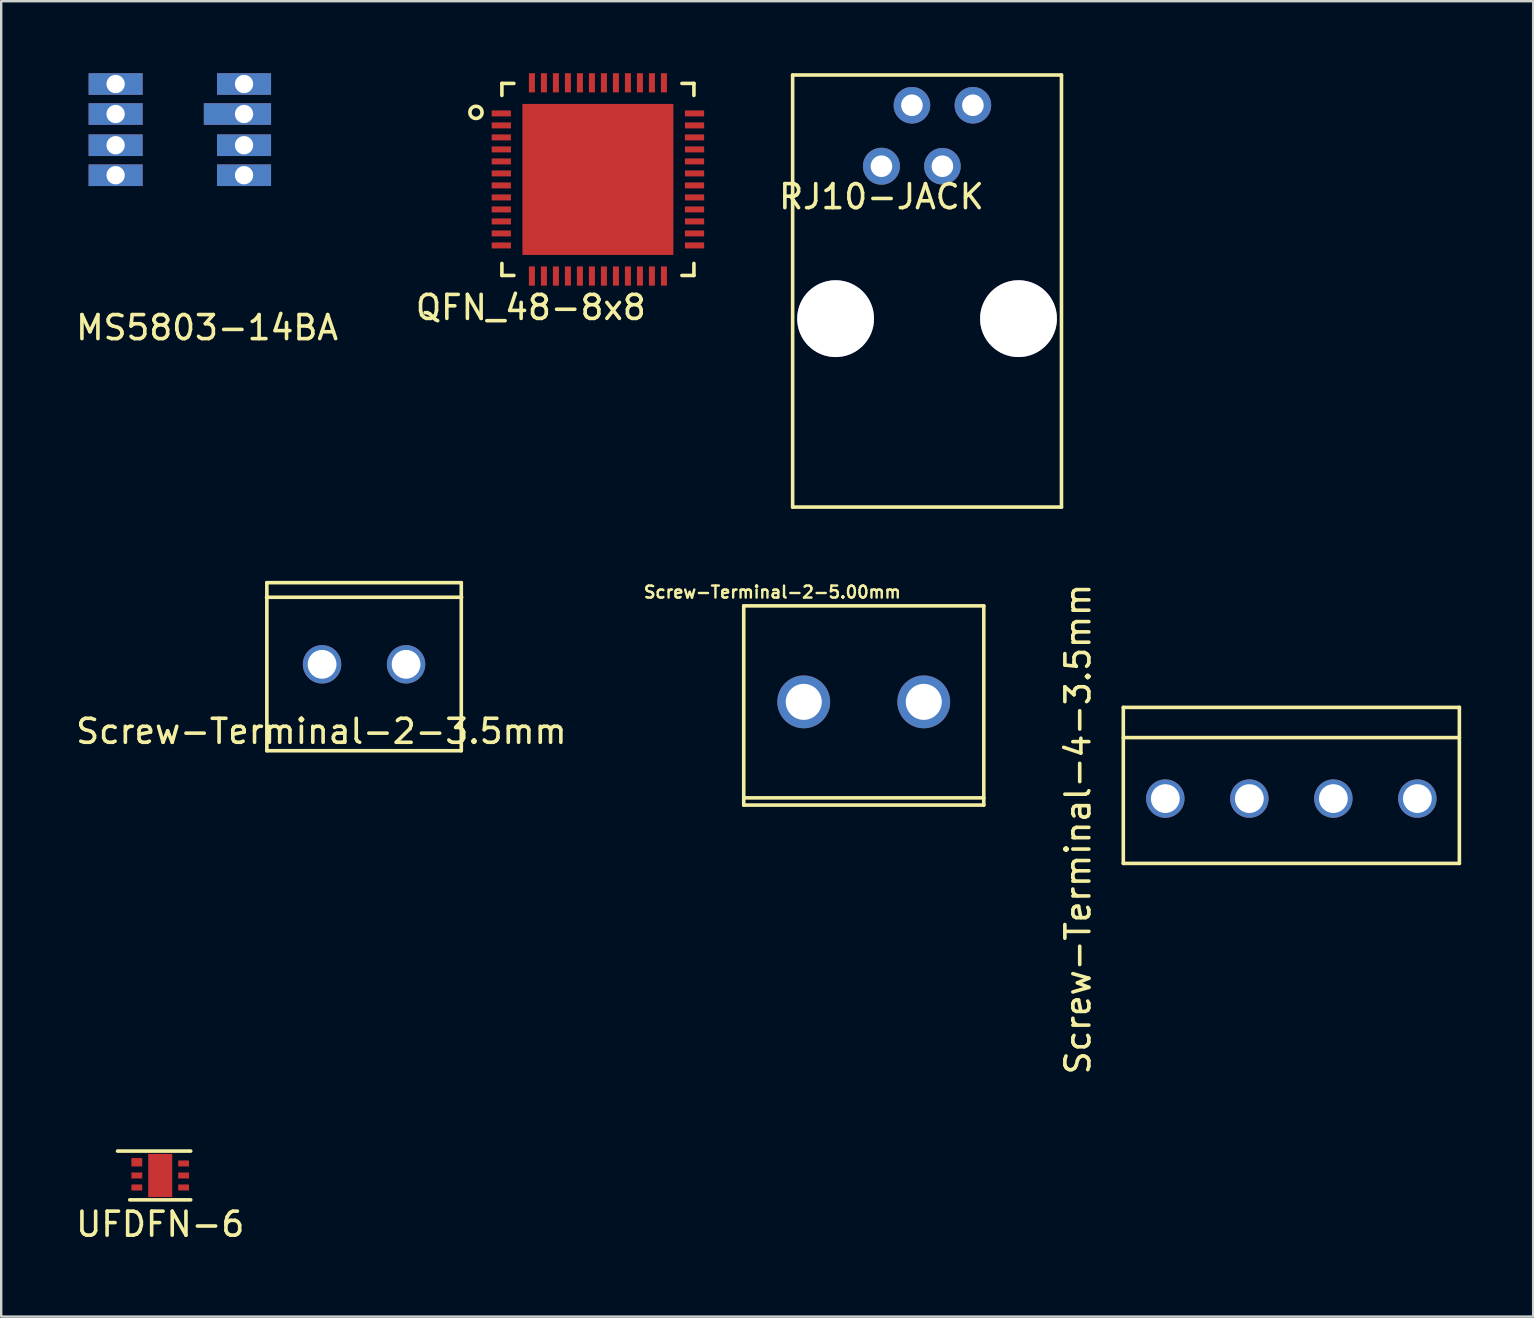
<source format=kicad_pcb>
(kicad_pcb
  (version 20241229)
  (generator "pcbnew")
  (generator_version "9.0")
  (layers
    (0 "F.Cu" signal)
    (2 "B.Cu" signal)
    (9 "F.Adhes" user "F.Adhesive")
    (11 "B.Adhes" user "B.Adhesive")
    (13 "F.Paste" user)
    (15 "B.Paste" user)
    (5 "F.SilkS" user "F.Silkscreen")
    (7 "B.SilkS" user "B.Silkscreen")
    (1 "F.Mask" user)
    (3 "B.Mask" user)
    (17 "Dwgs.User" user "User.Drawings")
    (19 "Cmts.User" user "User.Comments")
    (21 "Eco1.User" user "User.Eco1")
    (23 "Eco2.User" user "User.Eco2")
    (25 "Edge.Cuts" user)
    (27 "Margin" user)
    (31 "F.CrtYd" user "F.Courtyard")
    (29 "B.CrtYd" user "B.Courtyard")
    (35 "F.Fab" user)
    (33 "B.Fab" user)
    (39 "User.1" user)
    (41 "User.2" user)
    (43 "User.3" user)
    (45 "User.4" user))
  (footprint "Screw-Terminal-2-5.00mm"
    (layer "F.Cu")
    (at 32.934 26.19)
    (property "Reference" "Screw-Terminal-2-5.00mm" (at -3.81 -4.572 0) (layer "F.SilkS") (effects (font (size 0.5 0.5) (thickness 0.1))))
    (attr through_hole)
    (fp_line (start -5 4.3) (end -5 -4) (stroke (width 0.15) (type solid)) (layer "F.SilkS"))
    (fp_line (start 5 -4) (end -5 -4) (stroke (width 0.15) (type solid)) (layer "F.SilkS"))
    (fp_line (start 5 4) (end -5 4) (stroke (width 0.15) (type solid)) (layer "F.SilkS"))
    (fp_line (start 5 4.3) (end -5 4.3) (stroke (width 0.15) (type solid)) (layer "F.SilkS"))
    (fp_line (start 5 4.3) (end 5 -4) (stroke (width 0.15) (type solid)) (layer "F.SilkS"))
    (pad "1" thru_hole circle (at -2.5 0) (size 2.2 2.2) (drill 1.5) (layers "*.Cu" "*.Mask"))
    (pad "2" thru_hole circle (at 2.5 0) (size 2.2 2.2) (drill 1.5) (layers "*.Cu" "*.Mask")))
  (footprint "RJ10-JACK"
    (layer "F.Cu")
    (at 33.671 3.875)
    (property "Reference" "RJ10-JACK" (at 0 1.27 0) (layer "F.SilkS") (effects (font (size 1 1) (thickness 0.15))))
    (attr through_hole)
    (fp_line (start -3.7 -3.8) (end 7.5 -3.8) (stroke (width 0.15) (type solid)) (layer "F.SilkS"))
    (fp_line (start -3.7 14.2) (end -3.7 -3.8) (stroke (width 0.15) (type solid)) (layer "F.SilkS"))
    (fp_line (start -3.7 14.2) (end 7.5 14.2) (stroke (width 0.15) (type solid)) (layer "F.SilkS"))
    (fp_line (start 7.5 14.2) (end 7.5 -3.8) (stroke (width 0.15) (type solid)) (layer "F.SilkS"))
    (pad "" thru_hole circle (at -1.91 6.35) (size 3.2 3.2) (drill 3.2) (layers "*.Cu" "*.Mask"))
    (pad "" thru_hole circle (at 5.71 6.35) (size 3.2 3.2) (drill 3.2) (layers "*.Cu" "*.Mask"))
    (pad "1" thru_hole circle (at 0 0) (size 1.54 1.54) (drill 0.9) (layers "*.Cu" "*.Mask"))
    (pad "2" thru_hole circle (at 1.27 -2.54) (size 1.524 1.524) (drill 0.9) (layers "*.Cu" "*.Mask"))
    (pad "3" thru_hole circle (at 2.54 0) (size 1.524 1.524) (drill 0.9) (layers "*.Cu" "*.Mask"))
    (pad "4" thru_hole circle (at 3.81 -2.54) (size 1.524 1.524) (drill 0.9) (layers "*.Cu" "*.Mask")))
  (footprint "Screw-Terminal-2-3.5mm"
    (layer "F.Cu")
    (at 12.117 24.625)
    (property "Reference" "Screw-Terminal-2-3.5mm" (at -1.778 2.794 0) (layer "F.SilkS") (effects (font (size 1 1) (thickness 0.15))))
    (attr through_hole)
    (fp_line (start -4.05 -3.4) (end -4.05 3.6) (stroke (width 0.15) (type solid)) (layer "F.SilkS"))
    (fp_line (start -4.05 3.6) (end 4.05 3.6) (stroke (width 0.15) (type solid)) (layer "F.SilkS"))
    (fp_line (start 4.05 -3.4) (end -4.05 -3.4) (stroke (width 0.15) (type solid)) (layer "F.SilkS"))
    (fp_line (start 4.05 -3.4) (end 4.05 3.6) (stroke (width 0.15) (type solid)) (layer "F.SilkS"))
    (fp_line (start 4.064 -2.794) (end -4.064 -2.794) (stroke (width 0.15) (type solid)) (layer "F.SilkS"))
    (pad "1" thru_hole circle (at -1.75 0) (size 1.6 1.6) (drill 1.2) (layers "*.Cu" "*.Mask"))
    (pad "2" thru_hole circle (at 1.75 0) (size 1.6 1.6) (drill 1.2) (layers "*.Cu" "*.Mask")))
  (footprint "UFDFN-6"
    (layer "F.Cu")
    (at 3.625 45.92)
    (property "Reference" "UFDFN-6" (at 0 2.032 0) (layer "F.SilkS") (effects (font (size 1 1) (thickness 0.15))))
    (attr through_hole)
    (fp_line (start -1.778 -1.016) (end 1.27 -1.016) (stroke (width 0.15) (type solid)) (layer "F.SilkS"))
    (fp_line (start -1.27 1.016) (end 1.27 1.016) (stroke (width 0.15) (type solid)) (layer "F.SilkS"))
    (pad "" smd rect (at 0 0) (size 1 1.8) (layers "F.Cu" "F.Mask" "F.Paste"))
    (pad "1" smd rect (at -0.975 -0.55) (size 0.45 0.35) (layers "F.Cu" "F.Mask" "F.Paste"))
    (pad "2" smd rect (at -0.975 0) (size 0.45 0.25) (layers "F.Cu" "F.Mask" "F.Paste"))
    (pad "3" smd rect (at -0.975 0.5) (size 0.45 0.25) (layers "F.Cu" "F.Mask" "F.Paste"))
    (pad "4" smd rect (at 0.975 0.5) (size 0.45 0.25) (layers "F.Cu" "F.Mask" "F.Paste"))
    (pad "5" smd rect (at 0.975 0) (size 0.45 0.25) (layers "F.Cu" "F.Mask" "F.Paste"))
    (pad "6" smd rect (at 0.975 -0.5) (size 0.45 0.25) (layers "F.Cu" "F.Mask" "F.Paste")))
  (footprint "MS5803-14BA"
    (layer "F.Cu")
    (at 1.767 4.25)
    (property "Reference" "MS5803-14BA" (at 3.81 6.35 0) (layer "F.SilkS") (effects (font (size 1 1) (thickness 0.15))))
    (attr through_hole)
    (pad "1" thru_hole rect (at 5.35 -3.8) (size 2.25 0.9) (drill 0.762) (layers "*.Cu" "*.Mask"))
    (pad "2" thru_hole rect (at 5.35 -2.55) (size 2.8 0.9) (drill 0.762 (offset -0.275 0)) (layers "*.Cu" "*.Mask"))
    (pad "3" thru_hole rect (at 5.35 -1.25) (size 2.25 0.9) (drill 0.762) (layers "*.Cu" "*.Mask"))
    (pad "4" thru_hole rect (at 5.35 0) (size 2.25 0.9) (drill 0.762) (layers "*.Cu" "*.Mask"))
    (pad "5" thru_hole rect (at 0 0) (size 2.25 0.9) (drill 0.762) (layers "*.Cu" "*.Mask"))
    (pad "6" thru_hole rect (at 0 -1.25) (size 2.25 0.9) (drill 0.762) (layers "*.Cu" "*.Mask"))
    (pad "7" thru_hole rect (at 0 -2.55) (size 2.25 0.9) (drill 0.762) (layers "*.Cu" "*.Mask"))
    (pad "8" thru_hole rect (at 0 -3.8) (size 2.25 0.9) (drill 0.762) (layers "*.Cu" "*.Mask")))
  (footprint "QFN_48-8x8"
    (layer "F.Cu")
    (at 21.859 4.425)
    (property "Reference" "QFN_48-8x8" (at -2.794 5.334 0) (layer "F.SilkS") (effects (font (size 1 1) (thickness 0.15))))
    (attr through_hole)
    (fp_line (start -4 -4) (end -4 -3.5) (stroke (width 0.15) (type solid)) (layer "F.SilkS"))
    (fp_line (start -4 -4) (end -3.5 -4) (stroke (width 0.15) (type solid)) (layer "F.SilkS"))
    (fp_line (start -4 3.5) (end -4 4) (stroke (width 0.15) (type solid)) (layer "F.SilkS"))
    (fp_line (start -4 4) (end -3.5 4) (stroke (width 0.15) (type solid)) (layer "F.SilkS"))
    (fp_line (start 3.5 -4) (end 4 -4) (stroke (width 0.15) (type solid)) (layer "F.SilkS"))
    (fp_line (start 3.5 4) (end 4 4) (stroke (width 0.15) (type solid)) (layer "F.SilkS"))
    (fp_line (start 4 -4) (end 4 -3.5) (stroke (width 0.15) (type solid)) (layer "F.SilkS"))
    (fp_line (start 4 3.5) (end 4 4) (stroke (width 0.15) (type solid)) (layer "F.SilkS"))
    (fp_circle (center -5.08 -2.794) (end -5.08 -3.048) (stroke (width 0.15) (type solid)) (fill no) (layer "F.SilkS"))
    (pad "1" smd rect (at -4.025 -2.75) (size 0.8 0.25) (layers "F.Cu" "F.Mask" "F.Paste"))
    (pad "2" smd rect (at -4.025 -2.25) (size 0.8 0.25) (layers "F.Cu" "F.Mask" "F.Paste"))
    (pad "3" smd rect (at -4.025 -1.75) (size 0.8 0.25) (layers "F.Cu" "F.Mask" "F.Paste"))
    (pad "4" smd rect (at -4.025 -1.25) (size 0.8 0.25) (layers "F.Cu" "F.Mask" "F.Paste"))
    (pad "5" smd rect (at -4.025 -0.75) (size 0.8 0.25) (layers "F.Cu" "F.Mask" "F.Paste"))
    (pad "6" smd rect (at -4.025 -0.25) (size 0.8 0.25) (layers "F.Cu" "F.Mask" "F.Paste"))
    (pad "7" smd rect (at -4.025 0.25) (size 0.8 0.25) (layers "F.Cu" "F.Mask" "F.Paste"))
    (pad "8" smd rect (at -4.025 0.75) (size 0.8 0.25) (layers "F.Cu" "F.Mask" "F.Paste"))
    (pad "9" smd rect (at -4.025 1.25) (size 0.8 0.25) (layers "F.Cu" "F.Mask" "F.Paste"))
    (pad "10" smd rect (at -4.025 1.75) (size 0.8 0.25) (layers "F.Cu" "F.Mask" "F.Paste"))
    (pad "11" smd rect (at -4.025 2.25) (size 0.8 0.25) (layers "F.Cu" "F.Mask" "F.Paste"))
    (pad "12" smd rect (at -4.025 2.75) (size 0.8 0.25) (layers "F.Cu" "F.Mask" "F.Paste"))
    (pad "13" smd rect (at -2.75 4.025 90) (size 0.8 0.25) (layers "F.Cu" "F.Mask" "F.Paste"))
    (pad "14" smd rect (at -2.25 4.025 90) (size 0.8 0.25) (layers "F.Cu" "F.Mask" "F.Paste"))
    (pad "15" smd rect (at -1.75 4.025 90) (size 0.8 0.25) (layers "F.Cu" "F.Mask" "F.Paste"))
    (pad "16" smd rect (at -1.25 4.025 90) (size 0.8 0.25) (layers "F.Cu" "F.Mask" "F.Paste"))
    (pad "17" smd rect (at -0.75 4.025 90) (size 0.8 0.25) (layers "F.Cu" "F.Mask" "F.Paste"))
    (pad "18" smd rect (at -0.25 4.025 90) (size 0.8 0.25) (layers "F.Cu" "F.Mask" "F.Paste"))
    (pad "19" smd rect (at 0.25 4.025 90) (size 0.8 0.25) (layers "F.Cu" "F.Mask" "F.Paste"))
    (pad "20" smd rect (at 0.75 4.025 90) (size 0.8 0.25) (layers "F.Cu" "F.Mask" "F.Paste"))
    (pad "21" smd rect (at 1.25 4.025 90) (size 0.8 0.25) (layers "F.Cu" "F.Mask" "F.Paste"))
    (pad "22" smd rect (at 1.75 4.025 90) (size 0.8 0.25) (layers "F.Cu" "F.Mask" "F.Paste"))
    (pad "23" smd rect (at 2.25 4.025 90) (size 0.8 0.25) (layers "F.Cu" "F.Mask" "F.Paste"))
    (pad "24" smd rect (at 2.75 4.025 90) (size 0.8 0.25) (layers "F.Cu" "F.Mask" "F.Paste"))
    (pad "25" smd rect (at 4.025 2.75) (size 0.8 0.25) (layers "F.Cu" "F.Mask" "F.Paste"))
    (pad "26" smd rect (at 4.025 2.25) (size 0.8 0.25) (layers "F.Cu" "F.Mask" "F.Paste"))
    (pad "27" smd rect (at 4.025 1.75) (size 0.8 0.25) (layers "F.Cu" "F.Mask" "F.Paste"))
    (pad "28" smd rect (at 4.025 1.25) (size 0.8 0.25) (layers "F.Cu" "F.Mask" "F.Paste"))
    (pad "29" smd rect (at 4.025 0.75) (size 0.8 0.25) (layers "F.Cu" "F.Mask" "F.Paste"))
    (pad "30" smd rect (at 4.025 0.25) (size 0.8 0.25) (layers "F.Cu" "F.Mask" "F.Paste"))
    (pad "31" smd rect (at 4.025 -0.25) (size 0.8 0.25) (layers "F.Cu" "F.Mask" "F.Paste"))
    (pad "32" smd rect (at 4.025 -0.75) (size 0.8 0.25) (layers "F.Cu" "F.Mask" "F.Paste"))
    (pad "33" smd rect (at 4.025 -1.25) (size 0.8 0.25) (layers "F.Cu" "F.Mask" "F.Paste"))
    (pad "34" smd rect (at 4.025 -1.75) (size 0.8 0.25) (layers "F.Cu" "F.Mask" "F.Paste"))
    (pad "35" smd rect (at 4.025 -2.25) (size 0.8 0.25) (layers "F.Cu" "F.Mask" "F.Paste"))
    (pad "36" smd rect (at 4.025 -2.75) (size 0.8 0.25) (layers "F.Cu" "F.Mask" "F.Paste"))
    (pad "37" smd rect (at 2.75 -4.025 90) (size 0.8 0.25) (layers "F.Cu" "F.Mask" "F.Paste"))
    (pad "38" smd rect (at 2.25 -4.025 90) (size 0.8 0.25) (layers "F.Cu" "F.Mask" "F.Paste"))
    (pad "39" smd rect (at 1.75 -4.025 90) (size 0.8 0.25) (layers "F.Cu" "F.Mask" "F.Paste"))
    (pad "40" smd rect (at 1.25 -4.025 90) (size 0.8 0.25) (layers "F.Cu" "F.Mask" "F.Paste"))
    (pad "41" smd rect (at 0.75 -4.025 90) (size 0.8 0.25) (layers "F.Cu" "F.Mask" "F.Paste"))
    (pad "42" smd rect (at 0.25 -4.025 90) (size 0.8 0.25) (layers "F.Cu" "F.Mask" "F.Paste"))
    (pad "43" smd rect (at -0.25 -4.025 90) (size 0.8 0.25) (layers "F.Cu" "F.Mask" "F.Paste"))
    (pad "44" smd rect (at -0.75 -4.025 90) (size 0.8 0.25) (layers "F.Cu" "F.Mask" "F.Paste"))
    (pad "45" smd rect (at -1.25 -4.025 90) (size 0.8 0.25) (layers "F.Cu" "F.Mask" "F.Paste"))
    (pad "46" smd rect (at -1.75 -4.025 90) (size 0.8 0.25) (layers "F.Cu" "F.Mask" "F.Paste"))
    (pad "47" smd rect (at -2.25 -4.025 90) (size 0.8 0.25) (layers "F.Cu" "F.Mask" "F.Paste"))
    (pad "48" smd rect (at -2.75 -4.025 90) (size 0.8 0.25) (layers "F.Cu" "F.Mask" "F.Paste"))
    (pad "49" smd rect (at 0 0) (size 6.29 6.29) (layers "F.Cu" "F.Mask" "F.Paste")))
  (footprint "Screw-Terminal-4-3.5mm"
    (layer "F.Cu")
    (at 50.747 30.219)
    (property "Reference" "Screw-Terminal-4-3.5mm" (at -8.89 1.27 90) (layer "F.SilkS") (effects (font (size 1 1) (thickness 0.15))))
    (attr through_hole)
    (fp_line (start -7 -3.8) (end -7 2.7) (stroke (width 0.15) (type solid)) (layer "F.SilkS"))
    (fp_line (start -7 -3.8) (end 7 -3.8) (stroke (width 0.15) (type solid)) (layer "F.SilkS"))
    (fp_line (start -7 -2.54) (end 7 -2.54) (stroke (width 0.15) (type solid)) (layer "F.SilkS"))
    (fp_line (start -7 2.7) (end 7 2.7) (stroke (width 0.15) (type solid)) (layer "F.SilkS"))
    (fp_line (start 7 -3.8) (end 7 2.7) (stroke (width 0.15) (type solid)) (layer "F.SilkS"))
    (pad "1" thru_hole circle (at -5.25 0) (size 1.6 1.6) (drill 1.2) (layers "*.Cu" "*.Mask"))
    (pad "2" thru_hole circle (at -1.75 0) (size 1.6 1.6) (drill 1.2) (layers "*.Cu" "*.Mask"))
    (pad "3" thru_hole circle (at 1.75 0) (size 1.6 1.6) (drill 1.2) (layers "*.Cu" "*.Mask"))
    (pad "4" thru_hole circle (at 5.25 0) (size 1.6 1.6) (drill 1.2) (layers "*.Cu" "*.Mask")))
  (gr_rect
    (start -3 -3)
    (end 60.822 51.8)
    (stroke (width 0.1) (type default))
    (fill no)
    (layer "Edge.Cuts")))
</source>
